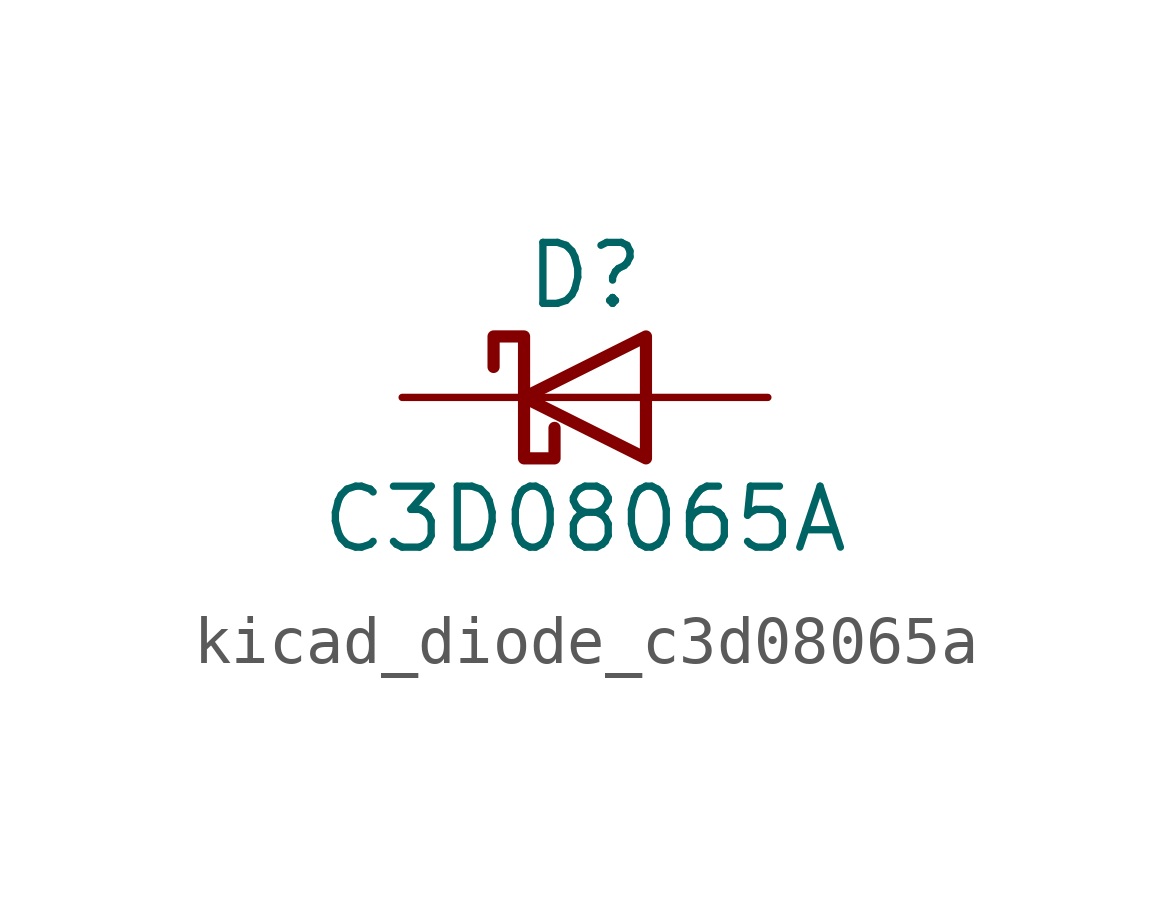
<source format=kicad_sym>
(kicad_symbol_lib
  (version 20220914)
  (generator kicad_symbol_editor)
  (symbol "kicad_diode_c3d08065a"
    (pin_numbers hide)
    (pin_names
      (offset 1.016) hide)
    (property "Reference" "D"
      (at 0 2.54 0)
      (effects (font (size 1.27 1.27))))
    (property "Value" "C3D08065A"
      (at 0 -2.54 0)
      (effects (font (size 1.27 1.27))))
    (symbol "kicad_diode_c3d08065a_0_1"
      (polyline (pts (xy 1.27 0) (xy -1.27 0)) (stroke (width 0) (type default)) (fill (type none)))
      (polyline (pts (xy 1.27 1.27) (xy 1.27 -1.27) (xy -1.27 0) (xy 1.27 1.27)) (stroke (width 0.254) (type default)) (fill (type none)))
      (polyline (pts (xy -1.905 0.635) (xy -1.905 1.27) (xy -1.27 1.27) (xy -1.27 -1.27) (xy -0.635 -1.27) (xy -0.635 -0.635)) (stroke (width 0.254) (type default)) (fill (type none))))
    (symbol "kicad_diode_c3d08065a_1_1"
      (pin passive line (at -3.81 0 0) (length 2.54) (name "K" (effects (font (size 1.27 1.27)))) (number "1" (effects (font (size 1.27 1.27)))))
      (pin passive line (at 3.81 0 180) (length 2.54) (name "A" (effects (font (size 1.27 1.27)))) (number "2" (effects (font (size 1.27 1.27))))))))
</source>
